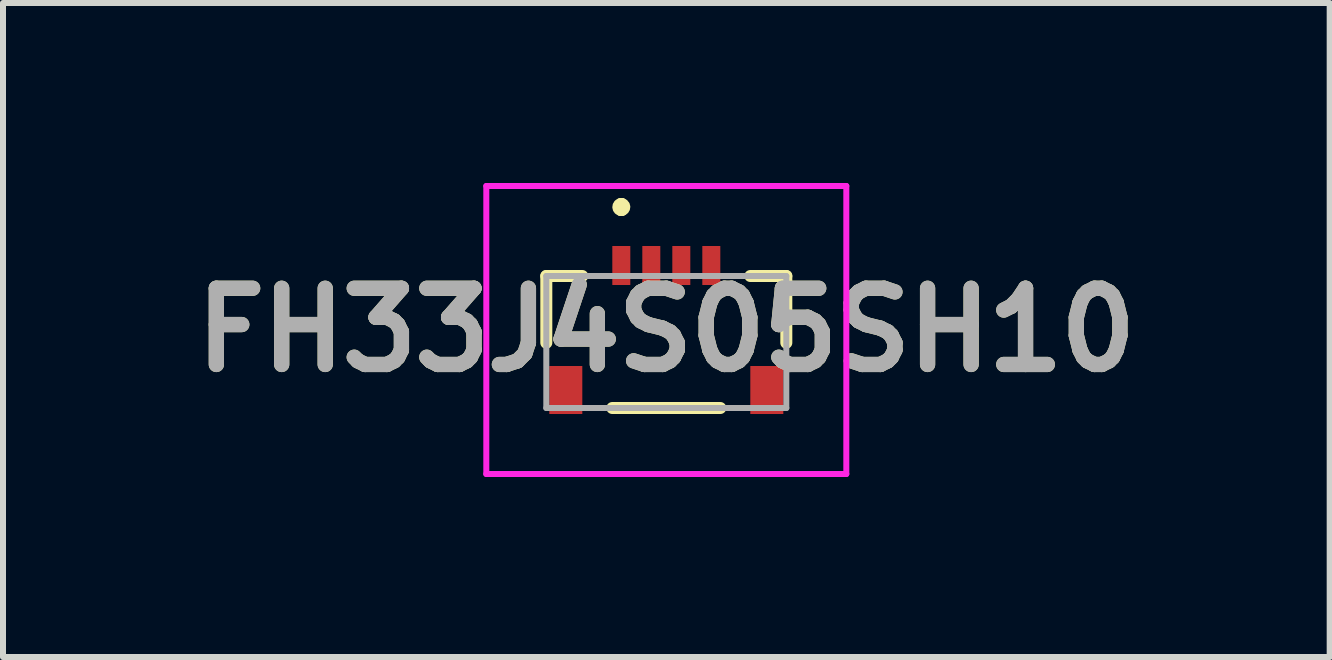
<source format=kicad_pcb>
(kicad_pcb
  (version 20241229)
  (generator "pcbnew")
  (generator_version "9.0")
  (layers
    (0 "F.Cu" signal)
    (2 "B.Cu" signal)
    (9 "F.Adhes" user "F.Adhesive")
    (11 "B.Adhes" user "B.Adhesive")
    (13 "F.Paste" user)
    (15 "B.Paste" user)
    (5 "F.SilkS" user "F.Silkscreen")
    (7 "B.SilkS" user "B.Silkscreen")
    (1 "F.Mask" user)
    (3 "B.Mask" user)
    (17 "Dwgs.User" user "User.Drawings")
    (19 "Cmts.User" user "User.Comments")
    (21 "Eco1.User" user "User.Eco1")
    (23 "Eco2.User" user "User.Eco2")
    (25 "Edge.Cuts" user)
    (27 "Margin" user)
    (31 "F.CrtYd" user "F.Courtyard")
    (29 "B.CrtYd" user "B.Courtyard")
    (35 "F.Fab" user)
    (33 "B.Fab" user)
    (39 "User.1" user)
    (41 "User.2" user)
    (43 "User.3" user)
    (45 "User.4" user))
  (footprint "FH33J4S05SH10"
    (layer "F.Cu")
    (at 8.055 2.65)
    (property "Reference" "FH33J4S05SH10" (at 0 -0.2 0) (layer "F.SilkS") (effects (font (size 1.27 1.27) (thickness 0.254))))
    (attr smd)
    (fp_line (start -2 -1.1) (end -2 0.013) (stroke (width 0.2) (type solid)) (layer "F.SilkS"))
    (fp_line (start -1.4 -1.1) (end -2 -1.1) (stroke (width 0.2) (type solid)) (layer "F.SilkS"))
    (fp_line (start -0.9 1.1) (end 0.9 1.1) (stroke (width 0.2) (type solid)) (layer "F.SilkS"))
    (fp_line (start -0.75 -2.3) (end -0.75 -2.3) (stroke (width 0.2) (type solid)) (layer "F.SilkS"))
    (fp_line (start -0.75 -2.3) (end -0.75 -2.2) (stroke (width 0.2) (type solid)) (layer "F.SilkS"))
    (fp_line (start -0.75 -2.2) (end -0.75 -2.2) (stroke (width 0.2) (type solid)) (layer "F.SilkS"))
    (fp_line (start 1.4 -1.1) (end 2 -1.1) (stroke (width 0.2) (type solid)) (layer "F.SilkS"))
    (fp_line (start 2 -1.1) (end 2 0.013) (stroke (width 0.2) (type solid)) (layer "F.SilkS"))
    (fp_arc (start -0.75 -2.3) (mid -0.7 -2.25) (end -0.75 -2.2) (stroke (width 0.2) (type solid)) (layer "F.SilkS"))
    (fp_arc (start -0.75 -2.2) (mid -0.8 -2.25) (end -0.75 -2.3) (stroke (width 0.2) (type solid)) (layer "F.SilkS"))
    (fp_line (start -3 -2.6) (end 3 -2.6) (stroke (width 0.1) (type solid)) (layer "F.CrtYd"))
    (fp_line (start -3 2.2) (end -3 -2.6) (stroke (width 0.1) (type solid)) (layer "F.CrtYd"))
    (fp_line (start 3 -2.6) (end 3 2.2) (stroke (width 0.1) (type solid)) (layer "F.CrtYd"))
    (fp_line (start 3 2.2) (end -3 2.2) (stroke (width 0.1) (type solid)) (layer "F.CrtYd"))
    (fp_line (start -2 -1.1) (end 2 -1.1) (stroke (width 0.1) (type solid)) (layer "F.Fab"))
    (fp_line (start -2 1.1) (end -2 -1.1) (stroke (width 0.1) (type solid)) (layer "F.Fab"))
    (fp_line (start 2 -1.1) (end 2 1.1) (stroke (width 0.1) (type solid)) (layer "F.Fab"))
    (fp_line (start 2 1.1) (end -2 1.1) (stroke (width 0.1) (type solid)) (layer "F.Fab"))
    (fp_text user "${REFERENCE}" (at 0 -0.2 0) (layer "F.Fab") (effects (font (size 1.27 1.27) (thickness 0.254))))
    (pad "1" smd rect (at -0.75 -1.275) (size 0.3 0.65) (layers "F.Cu" "F.Mask" "F.Paste"))
    (pad "2" smd rect (at -0.25 -1.275) (size 0.3 0.65) (layers "F.Cu" "F.Mask" "F.Paste"))
    (pad "3" smd rect (at 0.25 -1.275) (size 0.3 0.65) (layers "F.Cu" "F.Mask" "F.Paste"))
    (pad "4" smd rect (at 0.75 -1.275) (size 0.3 0.65) (layers "F.Cu" "F.Mask" "F.Paste"))
    (pad "MP1" smd rect (at -1.675 0.8) (size 0.55 0.8) (layers "F.Cu" "F.Mask" "F.Paste"))
    (pad "MP2" smd rect (at 1.675 0.8) (size 0.55 0.8) (layers "F.Cu" "F.Mask" "F.Paste")))
  (gr_rect
    (start -3 -3)
    (end 19.111 7.9)
    (stroke (width 0.1) (type default))
    (fill no)
    (layer "Edge.Cuts")))
</source>
